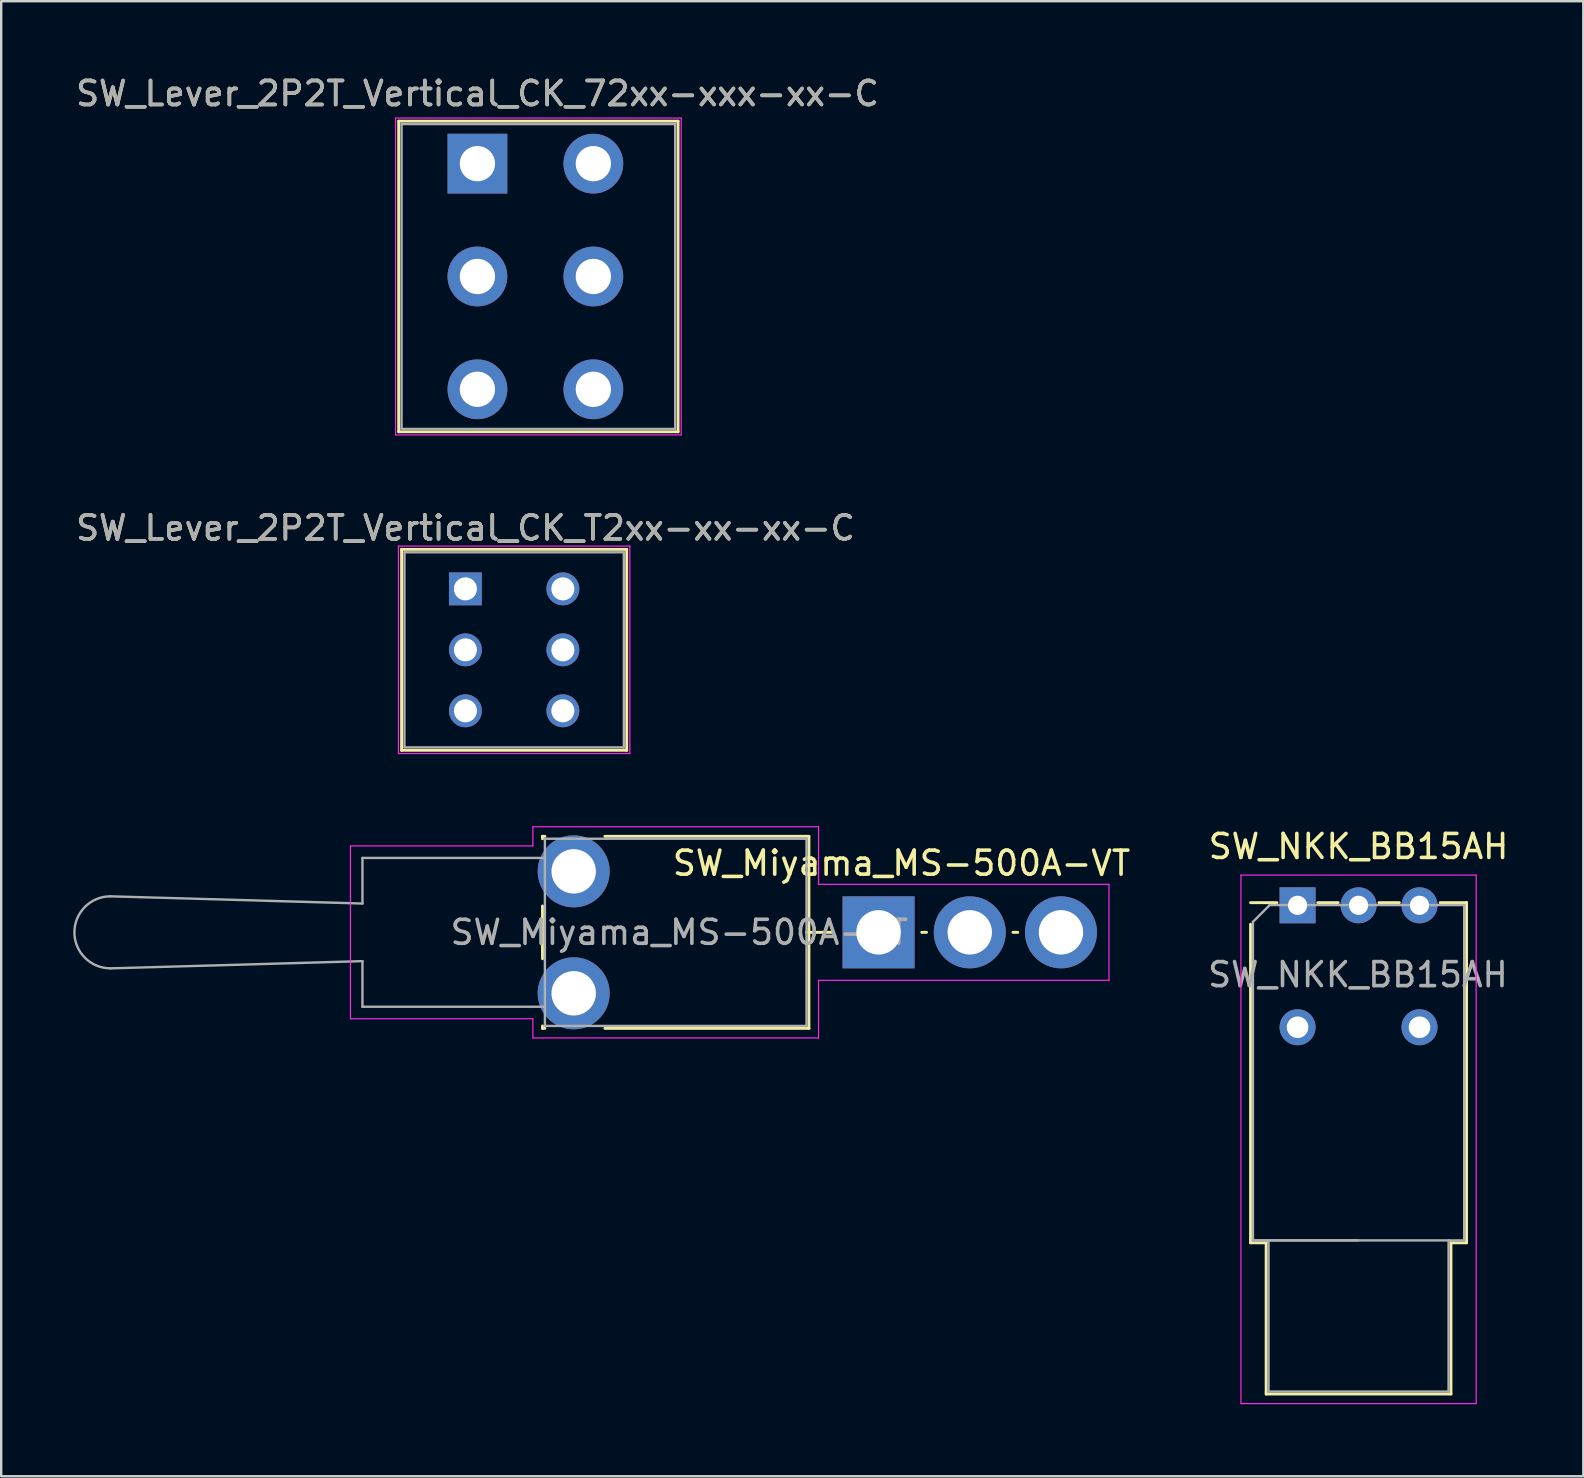
<source format=kicad_pcb>
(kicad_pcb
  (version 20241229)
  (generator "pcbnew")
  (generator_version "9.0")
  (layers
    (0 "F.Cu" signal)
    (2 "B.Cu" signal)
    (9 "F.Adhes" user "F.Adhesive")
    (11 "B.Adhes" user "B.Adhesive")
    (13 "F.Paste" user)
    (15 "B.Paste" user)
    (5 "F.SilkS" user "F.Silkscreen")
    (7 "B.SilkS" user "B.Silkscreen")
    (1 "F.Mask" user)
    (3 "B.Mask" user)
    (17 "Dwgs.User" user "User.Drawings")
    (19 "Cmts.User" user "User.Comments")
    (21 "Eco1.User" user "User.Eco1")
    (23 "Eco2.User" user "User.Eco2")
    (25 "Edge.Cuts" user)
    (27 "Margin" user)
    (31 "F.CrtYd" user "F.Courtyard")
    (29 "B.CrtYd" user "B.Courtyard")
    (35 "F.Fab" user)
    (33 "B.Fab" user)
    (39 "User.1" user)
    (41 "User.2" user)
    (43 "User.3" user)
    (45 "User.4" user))
  (footprint "SW_Miyama_MS-500A-VT"
    (layer "F.Cu")
    (at 33.55 35.791)
    (property "Reference" "SW_Miyama_MS-500A-VT" (at 0.96 -2.88 0) (layer "F.SilkS") (effects (font (size 1 1) (thickness 0.15))))
    (attr through_hole)
    (fp_line (start -14 -4) (end -14 -3.9) (stroke (width 0.12) (type solid)) (layer "F.SilkS"))
    (fp_line (start -14 -1.1) (end -14 1.1) (stroke (width 0.12) (type solid)) (layer "F.SilkS"))
    (fp_line (start -14 3.9) (end -14 4) (stroke (width 0.12) (type solid)) (layer "F.SilkS"))
    (fp_line (start -14 4) (end -13.9 4) (stroke (width 0.12) (type solid)) (layer "F.SilkS"))
    (fp_line (start -13.9 -4) (end -14 -4) (stroke (width 0.12) (type solid)) (layer "F.SilkS"))
    (fp_line (start -11.4 -4) (end -2.9 -4) (stroke (width 0.12) (type solid)) (layer "F.SilkS"))
    (fp_line (start -3 0) (end -1.9 0) (stroke (width 0.12) (type solid)) (layer "F.SilkS"))
    (fp_line (start -2.9 -4) (end -2.9 4) (stroke (width 0.12) (type solid)) (layer "F.SilkS"))
    (fp_line (start -2.9 4) (end -11.4 4) (stroke (width 0.12) (type solid)) (layer "F.SilkS"))
    (fp_line (start 1.8 0) (end 2 0) (stroke (width 0.12) (type solid)) (layer "F.SilkS"))
    (fp_line (start 5.6 0) (end 5.8 0) (stroke (width 0.12) (type solid)) (layer "F.SilkS"))
    (fp_line (start -22 -3.6) (end -14.4 -3.6) (stroke (width 0.05) (type solid)) (layer "F.CrtYd"))
    (fp_line (start -22 3.6) (end -22 -3.6) (stroke (width 0.05) (type solid)) (layer "F.CrtYd"))
    (fp_line (start -22 3.6) (end -14.4 3.6) (stroke (width 0.05) (type solid)) (layer "F.CrtYd"))
    (fp_line (start -14.4 -4.4) (end -2.5 -4.4) (stroke (width 0.05) (type solid)) (layer "F.CrtYd"))
    (fp_line (start -14.4 -3.6) (end -14.4 -4.4) (stroke (width 0.05) (type solid)) (layer "F.CrtYd"))
    (fp_line (start -14.4 3.6) (end -14.4 4.4) (stroke (width 0.05) (type solid)) (layer "F.CrtYd"))
    (fp_line (start -2.5 -4.4) (end -2.5 -2) (stroke (width 0.05) (type solid)) (layer "F.CrtYd"))
    (fp_line (start -2.5 -2) (end 9.6 -2) (stroke (width 0.05) (type solid)) (layer "F.CrtYd"))
    (fp_line (start -2.5 2) (end -2.5 4.4) (stroke (width 0.05) (type solid)) (layer "F.CrtYd"))
    (fp_line (start -2.5 4.4) (end -14.4 4.4) (stroke (width 0.05) (type solid)) (layer "F.CrtYd"))
    (fp_line (start 9.6 -2) (end 9.6 2) (stroke (width 0.05) (type solid)) (layer "F.CrtYd"))
    (fp_line (start 9.6 2) (end -2.5 2) (stroke (width 0.05) (type solid)) (layer "F.CrtYd"))
    (fp_line (start -21.5 -3.1) (end -21.5 -1.2) (stroke (width 0.1) (type solid)) (layer "F.Fab"))
    (fp_line (start -21.5 -3.1) (end -13.9 -3.1) (stroke (width 0.1) (type solid)) (layer "F.Fab"))
    (fp_line (start -21.5 -1.2) (end -32 -1.5) (stroke (width 0.1) (type solid)) (layer "F.Fab"))
    (fp_line (start -21.5 1.2) (end -32 1.5) (stroke (width 0.1) (type solid)) (layer "F.Fab"))
    (fp_line (start -21.5 1.2) (end -21.5 3.1) (stroke (width 0.1) (type solid)) (layer "F.Fab"))
    (fp_line (start -21.5 3.1) (end -13.9 3.1) (stroke (width 0.1) (type solid)) (layer "F.Fab"))
    (fp_line (start -13.9 3.9) (end -13.9 -3.9) (stroke (width 0.1) (type solid)) (layer "F.Fab"))
    (fp_line (start -13.9 3.9) (end -3 3.9) (stroke (width 0.1) (type solid)) (layer "F.Fab"))
    (fp_line (start -3 -3.9) (end -13.9 -3.9) (stroke (width 0.1) (type solid)) (layer "F.Fab"))
    (fp_line (start -3 3.9) (end -3 -3.9) (stroke (width 0.1) (type solid)) (layer "F.Fab"))
    (fp_arc (start -32 1.5) (mid -33.5 0) (end -32 -1.5) (stroke (width 0.1) (type solid)) (layer "F.Fab"))
    (fp_text user "${REFERENCE}" (at -8.3 0 0) (layer "F.Fab") (effects (font (size 1 1) (thickness 0.15))))
    (pad "" thru_hole circle (at -12.7 -2.54) (size 3 3) (drill 1.85) (layers "*.Cu" "*.Mask"))
    (pad "" thru_hole circle (at -12.7 2.54) (size 3 3) (drill 1.85) (layers "*.Cu" "*.Mask"))
    (pad "1" thru_hole rect (at 0 0) (size 3 3) (drill 1.85) (layers "*.Cu" "*.Mask"))
    (pad "2" thru_hole circle (at 3.8 0) (size 3 3) (drill 1.85) (layers "*.Cu" "*.Mask"))
    (pad "3" thru_hole circle (at 7.6 0) (size 3 3) (drill 1.85) (layers "*.Cu" "*.Mask")))
  (footprint "SW_Lever_2P2T_Vertical_CK_T2xx-xx-xx-C"
    (layer "F.Cu")
    (at 16.339 21.482)
    (property "Reference" "SW_Lever_2P2T_Vertical_CK_T2xx-xx-xx-C" (at 0 -2.54 180) (layer "F.SilkS") (effects (font (size 1 1) (thickness 0.15))))
    (attr through_hole)
    (fp_line (start -2.66 -1.645) (end -2.66 6.725) (stroke (width 0.12) (type solid)) (layer "F.SilkS"))
    (fp_line (start -2.66 -1.645) (end 6.72 -1.645) (stroke (width 0.12) (type solid)) (layer "F.SilkS"))
    (fp_line (start -2.66 6.725) (end 6.72 6.725) (stroke (width 0.12) (type solid)) (layer "F.SilkS"))
    (fp_line (start 6.72 -1.645) (end 6.72 6.725) (stroke (width 0.12) (type solid)) (layer "F.SilkS"))
    (fp_line (start -2.79 -1.78) (end -2.79 6.86) (stroke (width 0.05) (type solid)) (layer "F.CrtYd"))
    (fp_line (start -2.79 -1.78) (end 6.85 -1.78) (stroke (width 0.05) (type solid)) (layer "F.CrtYd"))
    (fp_line (start -2.79 6.86) (end 6.85 6.86) (stroke (width 0.05) (type solid)) (layer "F.CrtYd"))
    (fp_line (start 6.85 -1.78) (end 6.85 6.86) (stroke (width 0.05) (type solid)) (layer "F.CrtYd"))
    (fp_line (start -2.54 -1.525) (end -2.54 6.605) (stroke (width 0.1) (type solid)) (layer "F.Fab"))
    (fp_line (start -2.54 -1.525) (end 6.6 -1.525) (stroke (width 0.1) (type solid)) (layer "F.Fab"))
    (fp_line (start -2.54 6.605) (end 6.6 6.605) (stroke (width 0.1) (type solid)) (layer "F.Fab"))
    (fp_line (start 6.6 -1.525) (end 6.6 6.605) (stroke (width 0.1) (type solid)) (layer "F.Fab"))
    (fp_text user "${REFERENCE}" (at 0 -2.54 180) (layer "F.Fab") (effects (font (size 1 1) (thickness 0.15))))
    (pad "1" thru_hole rect (at 0 0) (size 1.37 1.37) (drill 0.96) (layers "*.Cu" "*.Mask"))
    (pad "2" thru_hole circle (at 0 2.54) (size 1.37 1.37) (drill 0.96) (layers "*.Cu" "*.Mask"))
    (pad "3" thru_hole circle (at 0 5.08) (size 1.37 1.37) (drill 0.96) (layers "*.Cu" "*.Mask"))
    (pad "4" thru_hole circle (at 4.06 0) (size 1.37 1.37) (drill 0.96) (layers "*.Cu" "*.Mask"))
    (pad "5" thru_hole circle (at 4.06 2.54) (size 1.37 1.37) (drill 0.96) (layers "*.Cu" "*.Mask"))
    (pad "6" thru_hole circle (at 4.06 5.08) (size 1.37 1.37) (drill oval 0.96) (layers "*.Cu" "*.Mask")))
  (footprint "SW_Lever_2P2T_Vertical_CK_72xx-xxx-xx-C"
    (layer "F.Cu")
    (at 16.839 3.768)
    (property "Reference" "SW_Lever_2P2T_Vertical_CK_72xx-xxx-xx-C" (at 0 -2.92 180) (layer "F.SilkS") (effects (font (size 1 1) (thickness 0.15))))
    (attr through_hole)
    (fp_line (start -3.28 -1.77) (end -3.28 11.17) (stroke (width 0.12) (type solid)) (layer "F.SilkS"))
    (fp_line (start -3.28 -1.77) (end 8.36 -1.77) (stroke (width 0.12) (type solid)) (layer "F.SilkS"))
    (fp_line (start -3.28 11.17) (end 8.36 11.17) (stroke (width 0.12) (type solid)) (layer "F.SilkS"))
    (fp_line (start 8.36 -1.77) (end 8.36 11.17) (stroke (width 0.12) (type solid)) (layer "F.SilkS"))
    (fp_line (start -3.41 -1.9) (end -3.41 11.3) (stroke (width 0.05) (type solid)) (layer "F.CrtYd"))
    (fp_line (start -3.41 -1.9) (end 8.49 -1.9) (stroke (width 0.05) (type solid)) (layer "F.CrtYd"))
    (fp_line (start -3.41 11.3) (end 8.49 11.3) (stroke (width 0.05) (type solid)) (layer "F.CrtYd"))
    (fp_line (start 8.49 -1.9) (end 8.49 11.3) (stroke (width 0.05) (type solid)) (layer "F.CrtYd"))
    (fp_line (start -3.16 -1.65) (end -3.16 11.05) (stroke (width 0.1) (type solid)) (layer "F.Fab"))
    (fp_line (start -3.16 -1.65) (end 8.24 -1.65) (stroke (width 0.1) (type solid)) (layer "F.Fab"))
    (fp_line (start -3.16 11.05) (end 8.24 11.05) (stroke (width 0.1) (type solid)) (layer "F.Fab"))
    (fp_line (start 8.24 -1.65) (end 8.24 11.05) (stroke (width 0.1) (type solid)) (layer "F.Fab"))
    (fp_text user "${REFERENCE}" (at 0 -2.92 180) (layer "F.Fab") (effects (font (size 1 1) (thickness 0.15))))
    (pad "1" thru_hole rect (at 0 0) (size 2.49 2.49) (drill 1.47) (layers "*.Cu" "*.Mask"))
    (pad "2" thru_hole circle (at 0 4.7) (size 2.49 2.49) (drill 1.47) (layers "*.Cu" "*.Mask"))
    (pad "3" thru_hole circle (at 0 9.4) (size 2.49 2.49) (drill 1.47) (layers "*.Cu" "*.Mask"))
    (pad "4" thru_hole circle (at 4.83 0) (size 2.49 2.49) (drill 1.47) (layers "*.Cu" "*.Mask"))
    (pad "5" thru_hole circle (at 4.83 4.7) (size 2.49 2.49) (drill 1.47) (layers "*.Cu" "*.Mask"))
    (pad "6" thru_hole circle (at 4.83 9.4) (size 2.49 2.49) (drill 1.47) (layers "*.Cu" "*.Mask")))
  (footprint "SW_NKK_BB15AH"
    (layer "F.Cu")
    (at 50.997 34.655)
    (property "Reference" "SW_NKK_BB15AH" (at 2.55 -2.44 0) (layer "F.SilkS") (effects (font (size 1 1) (thickness 0.15))))
    (attr through_hole)
    (fp_line (start -1.95 0.8) (end -1.95 14.07) (stroke (width 0.12) (type solid)) (layer "F.SilkS"))
    (fp_line (start -1.95 14.07) (end -1.3 14.07) (stroke (width 0.12) (type solid)) (layer "F.SilkS"))
    (fp_line (start -1.3 14.07) (end -1.3 20.37) (stroke (width 0.12) (type solid)) (layer "F.SilkS"))
    (fp_line (start -1.3 20.37) (end 6.4 20.37) (stroke (width 0.12) (type solid)) (layer "F.SilkS"))
    (fp_line (start -0.85 -0.1) (end -1.95 -0.1) (stroke (width 0.12) (type solid)) (layer "F.SilkS"))
    (fp_line (start 0.85 -0.1) (end 1.7 -0.1) (stroke (width 0.12) (type solid)) (layer "F.SilkS"))
    (fp_line (start 3.4 -0.1) (end 4.25 -0.1) (stroke (width 0.12) (type solid)) (layer "F.SilkS"))
    (fp_line (start 6.4 14.07) (end 7.05 14.07) (stroke (width 0.12) (type solid)) (layer "F.SilkS"))
    (fp_line (start 6.4 20.37) (end 6.4 14.07) (stroke (width 0.12) (type solid)) (layer "F.SilkS"))
    (fp_line (start 7.05 -0.1) (end 5.95 -0.1) (stroke (width 0.12) (type solid)) (layer "F.SilkS"))
    (fp_line (start 7.05 14.07) (end 7.05 -0.1) (stroke (width 0.12) (type solid)) (layer "F.SilkS"))
    (fp_line (start -2.35 20.77) (end -2.35 -1.25) (stroke (width 0.05) (type solid)) (layer "F.CrtYd"))
    (fp_line (start -2.35 20.77) (end 7.45 20.77) (stroke (width 0.05) (type solid)) (layer "F.CrtYd"))
    (fp_line (start 7.45 -1.25) (end -2.35 -1.25) (stroke (width 0.05) (type solid)) (layer "F.CrtYd"))
    (fp_line (start 7.45 20.77) (end 7.45 -1.25) (stroke (width 0.05) (type solid)) (layer "F.CrtYd"))
    (fp_line (start -1.85 0.7) (end -1.15 0) (stroke (width 0.1) (type solid)) (layer "F.Fab"))
    (fp_line (start -1.85 13.97) (end -1.85 0.7) (stroke (width 0.1) (type solid)) (layer "F.Fab"))
    (fp_line (start -1.85 13.97) (end 2.55 13.97) (stroke (width 0.1) (type solid)) (layer "F.Fab"))
    (fp_line (start -1.2 13.97) (end -1.2 20.27) (stroke (width 0.1) (type solid)) (layer "F.Fab"))
    (fp_line (start 6.3 13.97) (end 6.3 20.27) (stroke (width 0.1) (type solid)) (layer "F.Fab"))
    (fp_line (start 6.3 20.27) (end -1.2 20.27) (stroke (width 0.1) (type solid)) (layer "F.Fab"))
    (fp_line (start 6.95 0) (end -1.15 0) (stroke (width 0.1) (type solid)) (layer "F.Fab"))
    (fp_line (start 6.95 13.97) (end -1.85 13.97) (stroke (width 0.1) (type solid)) (layer "F.Fab"))
    (fp_line (start 6.95 13.97) (end 6.95 0) (stroke (width 0.1) (type solid)) (layer "F.Fab"))
    (fp_text user "${REFERENCE}" (at 2.525 2.9 0) (layer "F.Fab") (effects (font (size 1 1) (thickness 0.15))))
    (pad "" thru_hole circle (at 0.01 5.09) (size 1.5 1.5) (drill 0.9) (layers "*.Cu" "*.Mask"))
    (pad "" thru_hole circle (at 5.09 5.09) (size 1.5 1.5) (drill 0.9) (layers "*.Cu" "*.Mask"))
    (pad "1" thru_hole rect (at 0.01 0.01) (size 1.5 1.5) (drill 0.8) (layers "*.Cu" "*.Mask"))
    (pad "2" thru_hole circle (at 2.55 0.01) (size 1.5 1.5) (drill 0.8) (layers "*.Cu" "*.Mask"))
    (pad "3" thru_hole circle (at 5.09 0.01) (size 1.5 1.5) (drill 0.8) (layers "*.Cu" "*.Mask")))
  (gr_rect
    (start -3 -3)
    (end 62.91 58.45)
    (stroke (width 0.1) (type default))
    (fill no)
    (layer "Edge.Cuts")))
</source>
